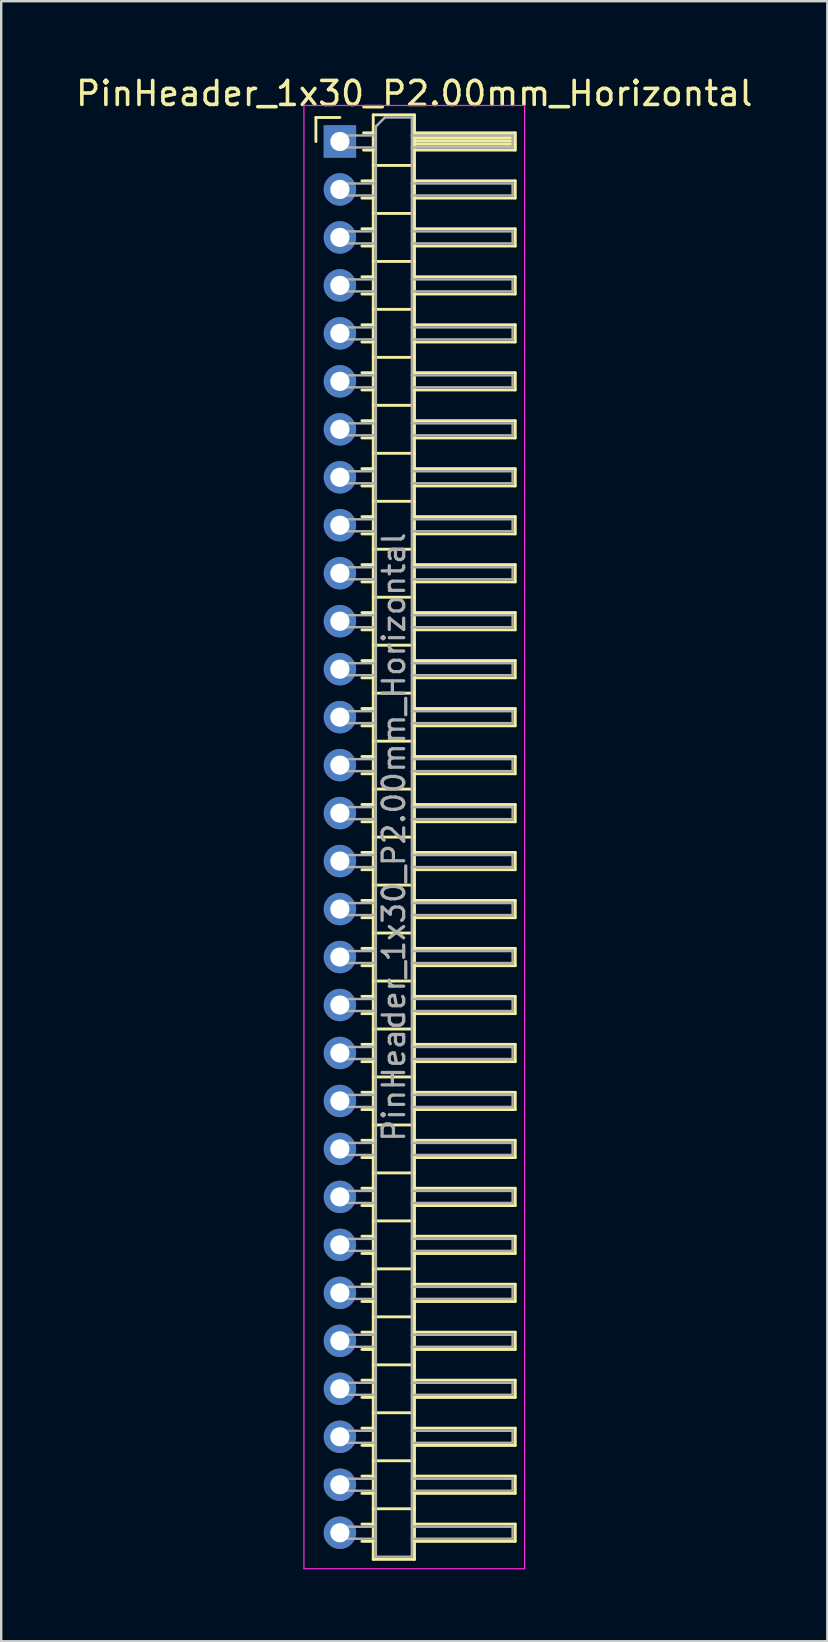
<source format=kicad_pcb>
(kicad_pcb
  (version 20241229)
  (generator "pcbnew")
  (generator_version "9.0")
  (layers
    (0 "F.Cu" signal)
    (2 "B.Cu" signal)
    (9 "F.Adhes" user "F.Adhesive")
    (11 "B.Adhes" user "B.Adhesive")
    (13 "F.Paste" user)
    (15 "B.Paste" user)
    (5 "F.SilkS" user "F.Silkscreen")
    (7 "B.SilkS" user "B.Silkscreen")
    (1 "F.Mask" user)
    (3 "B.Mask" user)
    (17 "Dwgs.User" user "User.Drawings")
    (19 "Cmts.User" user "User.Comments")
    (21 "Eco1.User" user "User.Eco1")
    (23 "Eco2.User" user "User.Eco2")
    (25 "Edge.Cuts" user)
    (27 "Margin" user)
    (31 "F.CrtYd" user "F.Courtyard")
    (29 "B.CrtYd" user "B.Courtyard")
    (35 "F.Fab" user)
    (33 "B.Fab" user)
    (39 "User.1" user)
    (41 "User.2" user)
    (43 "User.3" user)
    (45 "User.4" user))
  (footprint "PinHeader_1x30_P2.00mm_Horizontal"
    (layer "F.Cu")
    (at 11.12 2.848)
    (property "Reference" "PinHeader_1x30_P2.00mm_Horizontal" (at 3.1 -2 0) (layer "F.SilkS") (effects (font (size 1 1) (thickness 0.15))))
    (attr through_hole)
    (fp_line (start -1 -1) (end 0 -1) (stroke (width 0.12) (type solid)) (layer "F.SilkS"))
    (fp_line (start -1 0) (end -1 -1) (stroke (width 0.12) (type solid)) (layer "F.SilkS"))
    (fp_line (start 0.917 1.64) (end 1.39 1.64) (stroke (width 0.12) (type solid)) (layer "F.SilkS"))
    (fp_line (start 0.917 2.36) (end 1.39 2.36) (stroke (width 0.12) (type solid)) (layer "F.SilkS"))
    (fp_line (start 0.917 3.64) (end 1.39 3.64) (stroke (width 0.12) (type solid)) (layer "F.SilkS"))
    (fp_line (start 0.917 4.36) (end 1.39 4.36) (stroke (width 0.12) (type solid)) (layer "F.SilkS"))
    (fp_line (start 0.917 5.64) (end 1.39 5.64) (stroke (width 0.12) (type solid)) (layer "F.SilkS"))
    (fp_line (start 0.917 6.36) (end 1.39 6.36) (stroke (width 0.12) (type solid)) (layer "F.SilkS"))
    (fp_line (start 0.917 7.64) (end 1.39 7.64) (stroke (width 0.12) (type solid)) (layer "F.SilkS"))
    (fp_line (start 0.917 8.36) (end 1.39 8.36) (stroke (width 0.12) (type solid)) (layer "F.SilkS"))
    (fp_line (start 0.917 9.64) (end 1.39 9.64) (stroke (width 0.12) (type solid)) (layer "F.SilkS"))
    (fp_line (start 0.917 10.36) (end 1.39 10.36) (stroke (width 0.12) (type solid)) (layer "F.SilkS"))
    (fp_line (start 0.917 11.64) (end 1.39 11.64) (stroke (width 0.12) (type solid)) (layer "F.SilkS"))
    (fp_line (start 0.917 12.36) (end 1.39 12.36) (stroke (width 0.12) (type solid)) (layer "F.SilkS"))
    (fp_line (start 0.917 13.64) (end 1.39 13.64) (stroke (width 0.12) (type solid)) (layer "F.SilkS"))
    (fp_line (start 0.917 14.36) (end 1.39 14.36) (stroke (width 0.12) (type solid)) (layer "F.SilkS"))
    (fp_line (start 0.917 15.64) (end 1.39 15.64) (stroke (width 0.12) (type solid)) (layer "F.SilkS"))
    (fp_line (start 0.917 16.36) (end 1.39 16.36) (stroke (width 0.12) (type solid)) (layer "F.SilkS"))
    (fp_line (start 0.917 17.64) (end 1.39 17.64) (stroke (width 0.12) (type solid)) (layer "F.SilkS"))
    (fp_line (start 0.917 18.36) (end 1.39 18.36) (stroke (width 0.12) (type solid)) (layer "F.SilkS"))
    (fp_line (start 0.917 19.64) (end 1.39 19.64) (stroke (width 0.12) (type solid)) (layer "F.SilkS"))
    (fp_line (start 0.917 20.36) (end 1.39 20.36) (stroke (width 0.12) (type solid)) (layer "F.SilkS"))
    (fp_line (start 0.917 21.64) (end 1.39 21.64) (stroke (width 0.12) (type solid)) (layer "F.SilkS"))
    (fp_line (start 0.917 22.36) (end 1.39 22.36) (stroke (width 0.12) (type solid)) (layer "F.SilkS"))
    (fp_line (start 0.917 23.64) (end 1.39 23.64) (stroke (width 0.12) (type solid)) (layer "F.SilkS"))
    (fp_line (start 0.917 24.36) (end 1.39 24.36) (stroke (width 0.12) (type solid)) (layer "F.SilkS"))
    (fp_line (start 0.917 25.64) (end 1.39 25.64) (stroke (width 0.12) (type solid)) (layer "F.SilkS"))
    (fp_line (start 0.917 26.36) (end 1.39 26.36) (stroke (width 0.12) (type solid)) (layer "F.SilkS"))
    (fp_line (start 0.917 27.64) (end 1.39 27.64) (stroke (width 0.12) (type solid)) (layer "F.SilkS"))
    (fp_line (start 0.917 28.36) (end 1.39 28.36) (stroke (width 0.12) (type solid)) (layer "F.SilkS"))
    (fp_line (start 0.917 29.64) (end 1.39 29.64) (stroke (width 0.12) (type solid)) (layer "F.SilkS"))
    (fp_line (start 0.917 30.36) (end 1.39 30.36) (stroke (width 0.12) (type solid)) (layer "F.SilkS"))
    (fp_line (start 0.917 31.64) (end 1.39 31.64) (stroke (width 0.12) (type solid)) (layer "F.SilkS"))
    (fp_line (start 0.917 32.36) (end 1.39 32.36) (stroke (width 0.12) (type solid)) (layer "F.SilkS"))
    (fp_line (start 0.917 33.64) (end 1.39 33.64) (stroke (width 0.12) (type solid)) (layer "F.SilkS"))
    (fp_line (start 0.917 34.36) (end 1.39 34.36) (stroke (width 0.12) (type solid)) (layer "F.SilkS"))
    (fp_line (start 0.917 35.64) (end 1.39 35.64) (stroke (width 0.12) (type solid)) (layer "F.SilkS"))
    (fp_line (start 0.917 36.36) (end 1.39 36.36) (stroke (width 0.12) (type solid)) (layer "F.SilkS"))
    (fp_line (start 0.917 37.64) (end 1.39 37.64) (stroke (width 0.12) (type solid)) (layer "F.SilkS"))
    (fp_line (start 0.917 38.36) (end 1.39 38.36) (stroke (width 0.12) (type solid)) (layer "F.SilkS"))
    (fp_line (start 0.917 39.64) (end 1.39 39.64) (stroke (width 0.12) (type solid)) (layer "F.SilkS"))
    (fp_line (start 0.917 40.36) (end 1.39 40.36) (stroke (width 0.12) (type solid)) (layer "F.SilkS"))
    (fp_line (start 0.917 41.64) (end 1.39 41.64) (stroke (width 0.12) (type solid)) (layer "F.SilkS"))
    (fp_line (start 0.917 42.36) (end 1.39 42.36) (stroke (width 0.12) (type solid)) (layer "F.SilkS"))
    (fp_line (start 0.917 43.64) (end 1.39 43.64) (stroke (width 0.12) (type solid)) (layer "F.SilkS"))
    (fp_line (start 0.917 44.36) (end 1.39 44.36) (stroke (width 0.12) (type solid)) (layer "F.SilkS"))
    (fp_line (start 0.917 45.64) (end 1.39 45.64) (stroke (width 0.12) (type solid)) (layer "F.SilkS"))
    (fp_line (start 0.917 46.36) (end 1.39 46.36) (stroke (width 0.12) (type solid)) (layer "F.SilkS"))
    (fp_line (start 0.917 47.64) (end 1.39 47.64) (stroke (width 0.12) (type solid)) (layer "F.SilkS"))
    (fp_line (start 0.917 48.36) (end 1.39 48.36) (stroke (width 0.12) (type solid)) (layer "F.SilkS"))
    (fp_line (start 0.917 49.64) (end 1.39 49.64) (stroke (width 0.12) (type solid)) (layer "F.SilkS"))
    (fp_line (start 0.917 50.36) (end 1.39 50.36) (stroke (width 0.12) (type solid)) (layer "F.SilkS"))
    (fp_line (start 0.917 51.64) (end 1.39 51.64) (stroke (width 0.12) (type solid)) (layer "F.SilkS"))
    (fp_line (start 0.917 52.36) (end 1.39 52.36) (stroke (width 0.12) (type solid)) (layer "F.SilkS"))
    (fp_line (start 0.917 53.64) (end 1.39 53.64) (stroke (width 0.12) (type solid)) (layer "F.SilkS"))
    (fp_line (start 0.917 54.36) (end 1.39 54.36) (stroke (width 0.12) (type solid)) (layer "F.SilkS"))
    (fp_line (start 0.917 55.64) (end 1.39 55.64) (stroke (width 0.12) (type solid)) (layer "F.SilkS"))
    (fp_line (start 0.917 56.36) (end 1.39 56.36) (stroke (width 0.12) (type solid)) (layer "F.SilkS"))
    (fp_line (start 0.917 57.64) (end 1.39 57.64) (stroke (width 0.12) (type solid)) (layer "F.SilkS"))
    (fp_line (start 0.917 58.36) (end 1.39 58.36) (stroke (width 0.12) (type solid)) (layer "F.SilkS"))
    (fp_line (start 0.985 -0.36) (end 1.39 -0.36) (stroke (width 0.12) (type solid)) (layer "F.SilkS"))
    (fp_line (start 0.985 0.36) (end 1.39 0.36) (stroke (width 0.12) (type solid)) (layer "F.SilkS"))
    (fp_line (start 1.39 -1.11) (end 1.39 59.11) (stroke (width 0.12) (type solid)) (layer "F.SilkS"))
    (fp_line (start 1.39 1) (end 3.11 1) (stroke (width 0.12) (type solid)) (layer "F.SilkS"))
    (fp_line (start 1.39 3) (end 3.11 3) (stroke (width 0.12) (type solid)) (layer "F.SilkS"))
    (fp_line (start 1.39 5) (end 3.11 5) (stroke (width 0.12) (type solid)) (layer "F.SilkS"))
    (fp_line (start 1.39 7) (end 3.11 7) (stroke (width 0.12) (type solid)) (layer "F.SilkS"))
    (fp_line (start 1.39 9) (end 3.11 9) (stroke (width 0.12) (type solid)) (layer "F.SilkS"))
    (fp_line (start 1.39 11) (end 3.11 11) (stroke (width 0.12) (type solid)) (layer "F.SilkS"))
    (fp_line (start 1.39 13) (end 3.11 13) (stroke (width 0.12) (type solid)) (layer "F.SilkS"))
    (fp_line (start 1.39 15) (end 3.11 15) (stroke (width 0.12) (type solid)) (layer "F.SilkS"))
    (fp_line (start 1.39 17) (end 3.11 17) (stroke (width 0.12) (type solid)) (layer "F.SilkS"))
    (fp_line (start 1.39 19) (end 3.11 19) (stroke (width 0.12) (type solid)) (layer "F.SilkS"))
    (fp_line (start 1.39 21) (end 3.11 21) (stroke (width 0.12) (type solid)) (layer "F.SilkS"))
    (fp_line (start 1.39 23) (end 3.11 23) (stroke (width 0.12) (type solid)) (layer "F.SilkS"))
    (fp_line (start 1.39 25) (end 3.11 25) (stroke (width 0.12) (type solid)) (layer "F.SilkS"))
    (fp_line (start 1.39 27) (end 3.11 27) (stroke (width 0.12) (type solid)) (layer "F.SilkS"))
    (fp_line (start 1.39 29) (end 3.11 29) (stroke (width 0.12) (type solid)) (layer "F.SilkS"))
    (fp_line (start 1.39 31) (end 3.11 31) (stroke (width 0.12) (type solid)) (layer "F.SilkS"))
    (fp_line (start 1.39 33) (end 3.11 33) (stroke (width 0.12) (type solid)) (layer "F.SilkS"))
    (fp_line (start 1.39 35) (end 3.11 35) (stroke (width 0.12) (type solid)) (layer "F.SilkS"))
    (fp_line (start 1.39 37) (end 3.11 37) (stroke (width 0.12) (type solid)) (layer "F.SilkS"))
    (fp_line (start 1.39 39) (end 3.11 39) (stroke (width 0.12) (type solid)) (layer "F.SilkS"))
    (fp_line (start 1.39 41) (end 3.11 41) (stroke (width 0.12) (type solid)) (layer "F.SilkS"))
    (fp_line (start 1.39 43) (end 3.11 43) (stroke (width 0.12) (type solid)) (layer "F.SilkS"))
    (fp_line (start 1.39 45) (end 3.11 45) (stroke (width 0.12) (type solid)) (layer "F.SilkS"))
    (fp_line (start 1.39 47) (end 3.11 47) (stroke (width 0.12) (type solid)) (layer "F.SilkS"))
    (fp_line (start 1.39 49) (end 3.11 49) (stroke (width 0.12) (type solid)) (layer "F.SilkS"))
    (fp_line (start 1.39 51) (end 3.11 51) (stroke (width 0.12) (type solid)) (layer "F.SilkS"))
    (fp_line (start 1.39 53) (end 3.11 53) (stroke (width 0.12) (type solid)) (layer "F.SilkS"))
    (fp_line (start 1.39 55) (end 3.11 55) (stroke (width 0.12) (type solid)) (layer "F.SilkS"))
    (fp_line (start 1.39 57) (end 3.11 57) (stroke (width 0.12) (type solid)) (layer "F.SilkS"))
    (fp_line (start 1.39 59.11) (end 3.11 59.11) (stroke (width 0.12) (type solid)) (layer "F.SilkS"))
    (fp_line (start 3.11 -1.11) (end 1.39 -1.11) (stroke (width 0.12) (type solid)) (layer "F.SilkS"))
    (fp_line (start 3.11 -0.36) (end 7.31 -0.36) (stroke (width 0.12) (type solid)) (layer "F.SilkS"))
    (fp_line (start 3.11 -0.25) (end 7.31 -0.25) (stroke (width 0.12) (type solid)) (layer "F.SilkS"))
    (fp_line (start 3.11 -0.13) (end 7.31 -0.13) (stroke (width 0.12) (type solid)) (layer "F.SilkS"))
    (fp_line (start 3.11 -0.01) (end 7.31 -0.01) (stroke (width 0.12) (type solid)) (layer "F.SilkS"))
    (fp_line (start 3.11 0.11) (end 7.31 0.11) (stroke (width 0.12) (type solid)) (layer "F.SilkS"))
    (fp_line (start 3.11 0.23) (end 7.31 0.23) (stroke (width 0.12) (type solid)) (layer "F.SilkS"))
    (fp_line (start 3.11 1.64) (end 7.31 1.64) (stroke (width 0.12) (type solid)) (layer "F.SilkS"))
    (fp_line (start 3.11 3.64) (end 7.31 3.64) (stroke (width 0.12) (type solid)) (layer "F.SilkS"))
    (fp_line (start 3.11 5.64) (end 7.31 5.64) (stroke (width 0.12) (type solid)) (layer "F.SilkS"))
    (fp_line (start 3.11 7.64) (end 7.31 7.64) (stroke (width 0.12) (type solid)) (layer "F.SilkS"))
    (fp_line (start 3.11 9.64) (end 7.31 9.64) (stroke (width 0.12) (type solid)) (layer "F.SilkS"))
    (fp_line (start 3.11 11.64) (end 7.31 11.64) (stroke (width 0.12) (type solid)) (layer "F.SilkS"))
    (fp_line (start 3.11 13.64) (end 7.31 13.64) (stroke (width 0.12) (type solid)) (layer "F.SilkS"))
    (fp_line (start 3.11 15.64) (end 7.31 15.64) (stroke (width 0.12) (type solid)) (layer "F.SilkS"))
    (fp_line (start 3.11 17.64) (end 7.31 17.64) (stroke (width 0.12) (type solid)) (layer "F.SilkS"))
    (fp_line (start 3.11 19.64) (end 7.31 19.64) (stroke (width 0.12) (type solid)) (layer "F.SilkS"))
    (fp_line (start 3.11 21.64) (end 7.31 21.64) (stroke (width 0.12) (type solid)) (layer "F.SilkS"))
    (fp_line (start 3.11 23.64) (end 7.31 23.64) (stroke (width 0.12) (type solid)) (layer "F.SilkS"))
    (fp_line (start 3.11 25.64) (end 7.31 25.64) (stroke (width 0.12) (type solid)) (layer "F.SilkS"))
    (fp_line (start 3.11 27.64) (end 7.31 27.64) (stroke (width 0.12) (type solid)) (layer "F.SilkS"))
    (fp_line (start 3.11 29.64) (end 7.31 29.64) (stroke (width 0.12) (type solid)) (layer "F.SilkS"))
    (fp_line (start 3.11 31.64) (end 7.31 31.64) (stroke (width 0.12) (type solid)) (layer "F.SilkS"))
    (fp_line (start 3.11 33.64) (end 7.31 33.64) (stroke (width 0.12) (type solid)) (layer "F.SilkS"))
    (fp_line (start 3.11 35.64) (end 7.31 35.64) (stroke (width 0.12) (type solid)) (layer "F.SilkS"))
    (fp_line (start 3.11 37.64) (end 7.31 37.64) (stroke (width 0.12) (type solid)) (layer "F.SilkS"))
    (fp_line (start 3.11 39.64) (end 7.31 39.64) (stroke (width 0.12) (type solid)) (layer "F.SilkS"))
    (fp_line (start 3.11 41.64) (end 7.31 41.64) (stroke (width 0.12) (type solid)) (layer "F.SilkS"))
    (fp_line (start 3.11 43.64) (end 7.31 43.64) (stroke (width 0.12) (type solid)) (layer "F.SilkS"))
    (fp_line (start 3.11 45.64) (end 7.31 45.64) (stroke (width 0.12) (type solid)) (layer "F.SilkS"))
    (fp_line (start 3.11 47.64) (end 7.31 47.64) (stroke (width 0.12) (type solid)) (layer "F.SilkS"))
    (fp_line (start 3.11 49.64) (end 7.31 49.64) (stroke (width 0.12) (type solid)) (layer "F.SilkS"))
    (fp_line (start 3.11 51.64) (end 7.31 51.64) (stroke (width 0.12) (type solid)) (layer "F.SilkS"))
    (fp_line (start 3.11 53.64) (end 7.31 53.64) (stroke (width 0.12) (type solid)) (layer "F.SilkS"))
    (fp_line (start 3.11 55.64) (end 7.31 55.64) (stroke (width 0.12) (type solid)) (layer "F.SilkS"))
    (fp_line (start 3.11 57.64) (end 7.31 57.64) (stroke (width 0.12) (type solid)) (layer "F.SilkS"))
    (fp_line (start 3.11 59.11) (end 3.11 -1.11) (stroke (width 0.12) (type solid)) (layer "F.SilkS"))
    (fp_line (start 7.31 -0.36) (end 7.31 0.36) (stroke (width 0.12) (type solid)) (layer "F.SilkS"))
    (fp_line (start 7.31 0.36) (end 3.11 0.36) (stroke (width 0.12) (type solid)) (layer "F.SilkS"))
    (fp_line (start 7.31 1.64) (end 7.31 2.36) (stroke (width 0.12) (type solid)) (layer "F.SilkS"))
    (fp_line (start 7.31 2.36) (end 3.11 2.36) (stroke (width 0.12) (type solid)) (layer "F.SilkS"))
    (fp_line (start 7.31 3.64) (end 7.31 4.36) (stroke (width 0.12) (type solid)) (layer "F.SilkS"))
    (fp_line (start 7.31 4.36) (end 3.11 4.36) (stroke (width 0.12) (type solid)) (layer "F.SilkS"))
    (fp_line (start 7.31 5.64) (end 7.31 6.36) (stroke (width 0.12) (type solid)) (layer "F.SilkS"))
    (fp_line (start 7.31 6.36) (end 3.11 6.36) (stroke (width 0.12) (type solid)) (layer "F.SilkS"))
    (fp_line (start 7.31 7.64) (end 7.31 8.36) (stroke (width 0.12) (type solid)) (layer "F.SilkS"))
    (fp_line (start 7.31 8.36) (end 3.11 8.36) (stroke (width 0.12) (type solid)) (layer "F.SilkS"))
    (fp_line (start 7.31 9.64) (end 7.31 10.36) (stroke (width 0.12) (type solid)) (layer "F.SilkS"))
    (fp_line (start 7.31 10.36) (end 3.11 10.36) (stroke (width 0.12) (type solid)) (layer "F.SilkS"))
    (fp_line (start 7.31 11.64) (end 7.31 12.36) (stroke (width 0.12) (type solid)) (layer "F.SilkS"))
    (fp_line (start 7.31 12.36) (end 3.11 12.36) (stroke (width 0.12) (type solid)) (layer "F.SilkS"))
    (fp_line (start 7.31 13.64) (end 7.31 14.36) (stroke (width 0.12) (type solid)) (layer "F.SilkS"))
    (fp_line (start 7.31 14.36) (end 3.11 14.36) (stroke (width 0.12) (type solid)) (layer "F.SilkS"))
    (fp_line (start 7.31 15.64) (end 7.31 16.36) (stroke (width 0.12) (type solid)) (layer "F.SilkS"))
    (fp_line (start 7.31 16.36) (end 3.11 16.36) (stroke (width 0.12) (type solid)) (layer "F.SilkS"))
    (fp_line (start 7.31 17.64) (end 7.31 18.36) (stroke (width 0.12) (type solid)) (layer "F.SilkS"))
    (fp_line (start 7.31 18.36) (end 3.11 18.36) (stroke (width 0.12) (type solid)) (layer "F.SilkS"))
    (fp_line (start 7.31 19.64) (end 7.31 20.36) (stroke (width 0.12) (type solid)) (layer "F.SilkS"))
    (fp_line (start 7.31 20.36) (end 3.11 20.36) (stroke (width 0.12) (type solid)) (layer "F.SilkS"))
    (fp_line (start 7.31 21.64) (end 7.31 22.36) (stroke (width 0.12) (type solid)) (layer "F.SilkS"))
    (fp_line (start 7.31 22.36) (end 3.11 22.36) (stroke (width 0.12) (type solid)) (layer "F.SilkS"))
    (fp_line (start 7.31 23.64) (end 7.31 24.36) (stroke (width 0.12) (type solid)) (layer "F.SilkS"))
    (fp_line (start 7.31 24.36) (end 3.11 24.36) (stroke (width 0.12) (type solid)) (layer "F.SilkS"))
    (fp_line (start 7.31 25.64) (end 7.31 26.36) (stroke (width 0.12) (type solid)) (layer "F.SilkS"))
    (fp_line (start 7.31 26.36) (end 3.11 26.36) (stroke (width 0.12) (type solid)) (layer "F.SilkS"))
    (fp_line (start 7.31 27.64) (end 7.31 28.36) (stroke (width 0.12) (type solid)) (layer "F.SilkS"))
    (fp_line (start 7.31 28.36) (end 3.11 28.36) (stroke (width 0.12) (type solid)) (layer "F.SilkS"))
    (fp_line (start 7.31 29.64) (end 7.31 30.36) (stroke (width 0.12) (type solid)) (layer "F.SilkS"))
    (fp_line (start 7.31 30.36) (end 3.11 30.36) (stroke (width 0.12) (type solid)) (layer "F.SilkS"))
    (fp_line (start 7.31 31.64) (end 7.31 32.36) (stroke (width 0.12) (type solid)) (layer "F.SilkS"))
    (fp_line (start 7.31 32.36) (end 3.11 32.36) (stroke (width 0.12) (type solid)) (layer "F.SilkS"))
    (fp_line (start 7.31 33.64) (end 7.31 34.36) (stroke (width 0.12) (type solid)) (layer "F.SilkS"))
    (fp_line (start 7.31 34.36) (end 3.11 34.36) (stroke (width 0.12) (type solid)) (layer "F.SilkS"))
    (fp_line (start 7.31 35.64) (end 7.31 36.36) (stroke (width 0.12) (type solid)) (layer "F.SilkS"))
    (fp_line (start 7.31 36.36) (end 3.11 36.36) (stroke (width 0.12) (type solid)) (layer "F.SilkS"))
    (fp_line (start 7.31 37.64) (end 7.31 38.36) (stroke (width 0.12) (type solid)) (layer "F.SilkS"))
    (fp_line (start 7.31 38.36) (end 3.11 38.36) (stroke (width 0.12) (type solid)) (layer "F.SilkS"))
    (fp_line (start 7.31 39.64) (end 7.31 40.36) (stroke (width 0.12) (type solid)) (layer "F.SilkS"))
    (fp_line (start 7.31 40.36) (end 3.11 40.36) (stroke (width 0.12) (type solid)) (layer "F.SilkS"))
    (fp_line (start 7.31 41.64) (end 7.31 42.36) (stroke (width 0.12) (type solid)) (layer "F.SilkS"))
    (fp_line (start 7.31 42.36) (end 3.11 42.36) (stroke (width 0.12) (type solid)) (layer "F.SilkS"))
    (fp_line (start 7.31 43.64) (end 7.31 44.36) (stroke (width 0.12) (type solid)) (layer "F.SilkS"))
    (fp_line (start 7.31 44.36) (end 3.11 44.36) (stroke (width 0.12) (type solid)) (layer "F.SilkS"))
    (fp_line (start 7.31 45.64) (end 7.31 46.36) (stroke (width 0.12) (type solid)) (layer "F.SilkS"))
    (fp_line (start 7.31 46.36) (end 3.11 46.36) (stroke (width 0.12) (type solid)) (layer "F.SilkS"))
    (fp_line (start 7.31 47.64) (end 7.31 48.36) (stroke (width 0.12) (type solid)) (layer "F.SilkS"))
    (fp_line (start 7.31 48.36) (end 3.11 48.36) (stroke (width 0.12) (type solid)) (layer "F.SilkS"))
    (fp_line (start 7.31 49.64) (end 7.31 50.36) (stroke (width 0.12) (type solid)) (layer "F.SilkS"))
    (fp_line (start 7.31 50.36) (end 3.11 50.36) (stroke (width 0.12) (type solid)) (layer "F.SilkS"))
    (fp_line (start 7.31 51.64) (end 7.31 52.36) (stroke (width 0.12) (type solid)) (layer "F.SilkS"))
    (fp_line (start 7.31 52.36) (end 3.11 52.36) (stroke (width 0.12) (type solid)) (layer "F.SilkS"))
    (fp_line (start 7.31 53.64) (end 7.31 54.36) (stroke (width 0.12) (type solid)) (layer "F.SilkS"))
    (fp_line (start 7.31 54.36) (end 3.11 54.36) (stroke (width 0.12) (type solid)) (layer "F.SilkS"))
    (fp_line (start 7.31 55.64) (end 7.31 56.36) (stroke (width 0.12) (type solid)) (layer "F.SilkS"))
    (fp_line (start 7.31 56.36) (end 3.11 56.36) (stroke (width 0.12) (type solid)) (layer "F.SilkS"))
    (fp_line (start 7.31 57.64) (end 7.31 58.36) (stroke (width 0.12) (type solid)) (layer "F.SilkS"))
    (fp_line (start 7.31 58.36) (end 3.11 58.36) (stroke (width 0.12) (type solid)) (layer "F.SilkS"))
    (fp_line (start -1.5 -1.5) (end -1.5 59.5) (stroke (width 0.05) (type solid)) (layer "F.CrtYd"))
    (fp_line (start -1.5 59.5) (end 7.7 59.5) (stroke (width 0.05) (type solid)) (layer "F.CrtYd"))
    (fp_line (start 7.7 -1.5) (end -1.5 -1.5) (stroke (width 0.05) (type solid)) (layer "F.CrtYd"))
    (fp_line (start 7.7 59.5) (end 7.7 -1.5) (stroke (width 0.05) (type solid)) (layer "F.CrtYd"))
    (fp_line (start -0.25 -0.25) (end -0.25 0.25) (stroke (width 0.1) (type solid)) (layer "F.Fab"))
    (fp_line (start -0.25 -0.25) (end 1.5 -0.25) (stroke (width 0.1) (type solid)) (layer "F.Fab"))
    (fp_line (start -0.25 0.25) (end 1.5 0.25) (stroke (width 0.1) (type solid)) (layer "F.Fab"))
    (fp_line (start -0.25 1.75) (end -0.25 2.25) (stroke (width 0.1) (type solid)) (layer "F.Fab"))
    (fp_line (start -0.25 1.75) (end 1.5 1.75) (stroke (width 0.1) (type solid)) (layer "F.Fab"))
    (fp_line (start -0.25 2.25) (end 1.5 2.25) (stroke (width 0.1) (type solid)) (layer "F.Fab"))
    (fp_line (start -0.25 3.75) (end -0.25 4.25) (stroke (width 0.1) (type solid)) (layer "F.Fab"))
    (fp_line (start -0.25 3.75) (end 1.5 3.75) (stroke (width 0.1) (type solid)) (layer "F.Fab"))
    (fp_line (start -0.25 4.25) (end 1.5 4.25) (stroke (width 0.1) (type solid)) (layer "F.Fab"))
    (fp_line (start -0.25 5.75) (end -0.25 6.25) (stroke (width 0.1) (type solid)) (layer "F.Fab"))
    (fp_line (start -0.25 5.75) (end 1.5 5.75) (stroke (width 0.1) (type solid)) (layer "F.Fab"))
    (fp_line (start -0.25 6.25) (end 1.5 6.25) (stroke (width 0.1) (type solid)) (layer "F.Fab"))
    (fp_line (start -0.25 7.75) (end -0.25 8.25) (stroke (width 0.1) (type solid)) (layer "F.Fab"))
    (fp_line (start -0.25 7.75) (end 1.5 7.75) (stroke (width 0.1) (type solid)) (layer "F.Fab"))
    (fp_line (start -0.25 8.25) (end 1.5 8.25) (stroke (width 0.1) (type solid)) (layer "F.Fab"))
    (fp_line (start -0.25 9.75) (end -0.25 10.25) (stroke (width 0.1) (type solid)) (layer "F.Fab"))
    (fp_line (start -0.25 9.75) (end 1.5 9.75) (stroke (width 0.1) (type solid)) (layer "F.Fab"))
    (fp_line (start -0.25 10.25) (end 1.5 10.25) (stroke (width 0.1) (type solid)) (layer "F.Fab"))
    (fp_line (start -0.25 11.75) (end -0.25 12.25) (stroke (width 0.1) (type solid)) (layer "F.Fab"))
    (fp_line (start -0.25 11.75) (end 1.5 11.75) (stroke (width 0.1) (type solid)) (layer "F.Fab"))
    (fp_line (start -0.25 12.25) (end 1.5 12.25) (stroke (width 0.1) (type solid)) (layer "F.Fab"))
    (fp_line (start -0.25 13.75) (end -0.25 14.25) (stroke (width 0.1) (type solid)) (layer "F.Fab"))
    (fp_line (start -0.25 13.75) (end 1.5 13.75) (stroke (width 0.1) (type solid)) (layer "F.Fab"))
    (fp_line (start -0.25 14.25) (end 1.5 14.25) (stroke (width 0.1) (type solid)) (layer "F.Fab"))
    (fp_line (start -0.25 15.75) (end -0.25 16.25) (stroke (width 0.1) (type solid)) (layer "F.Fab"))
    (fp_line (start -0.25 15.75) (end 1.5 15.75) (stroke (width 0.1) (type solid)) (layer "F.Fab"))
    (fp_line (start -0.25 16.25) (end 1.5 16.25) (stroke (width 0.1) (type solid)) (layer "F.Fab"))
    (fp_line (start -0.25 17.75) (end -0.25 18.25) (stroke (width 0.1) (type solid)) (layer "F.Fab"))
    (fp_line (start -0.25 17.75) (end 1.5 17.75) (stroke (width 0.1) (type solid)) (layer "F.Fab"))
    (fp_line (start -0.25 18.25) (end 1.5 18.25) (stroke (width 0.1) (type solid)) (layer "F.Fab"))
    (fp_line (start -0.25 19.75) (end -0.25 20.25) (stroke (width 0.1) (type solid)) (layer "F.Fab"))
    (fp_line (start -0.25 19.75) (end 1.5 19.75) (stroke (width 0.1) (type solid)) (layer "F.Fab"))
    (fp_line (start -0.25 20.25) (end 1.5 20.25) (stroke (width 0.1) (type solid)) (layer "F.Fab"))
    (fp_line (start -0.25 21.75) (end -0.25 22.25) (stroke (width 0.1) (type solid)) (layer "F.Fab"))
    (fp_line (start -0.25 21.75) (end 1.5 21.75) (stroke (width 0.1) (type solid)) (layer "F.Fab"))
    (fp_line (start -0.25 22.25) (end 1.5 22.25) (stroke (width 0.1) (type solid)) (layer "F.Fab"))
    (fp_line (start -0.25 23.75) (end -0.25 24.25) (stroke (width 0.1) (type solid)) (layer "F.Fab"))
    (fp_line (start -0.25 23.75) (end 1.5 23.75) (stroke (width 0.1) (type solid)) (layer "F.Fab"))
    (fp_line (start -0.25 24.25) (end 1.5 24.25) (stroke (width 0.1) (type solid)) (layer "F.Fab"))
    (fp_line (start -0.25 25.75) (end -0.25 26.25) (stroke (width 0.1) (type solid)) (layer "F.Fab"))
    (fp_line (start -0.25 25.75) (end 1.5 25.75) (stroke (width 0.1) (type solid)) (layer "F.Fab"))
    (fp_line (start -0.25 26.25) (end 1.5 26.25) (stroke (width 0.1) (type solid)) (layer "F.Fab"))
    (fp_line (start -0.25 27.75) (end -0.25 28.25) (stroke (width 0.1) (type solid)) (layer "F.Fab"))
    (fp_line (start -0.25 27.75) (end 1.5 27.75) (stroke (width 0.1) (type solid)) (layer "F.Fab"))
    (fp_line (start -0.25 28.25) (end 1.5 28.25) (stroke (width 0.1) (type solid)) (layer "F.Fab"))
    (fp_line (start -0.25 29.75) (end -0.25 30.25) (stroke (width 0.1) (type solid)) (layer "F.Fab"))
    (fp_line (start -0.25 29.75) (end 1.5 29.75) (stroke (width 0.1) (type solid)) (layer "F.Fab"))
    (fp_line (start -0.25 30.25) (end 1.5 30.25) (stroke (width 0.1) (type solid)) (layer "F.Fab"))
    (fp_line (start -0.25 31.75) (end -0.25 32.25) (stroke (width 0.1) (type solid)) (layer "F.Fab"))
    (fp_line (start -0.25 31.75) (end 1.5 31.75) (stroke (width 0.1) (type solid)) (layer "F.Fab"))
    (fp_line (start -0.25 32.25) (end 1.5 32.25) (stroke (width 0.1) (type solid)) (layer "F.Fab"))
    (fp_line (start -0.25 33.75) (end -0.25 34.25) (stroke (width 0.1) (type solid)) (layer "F.Fab"))
    (fp_line (start -0.25 33.75) (end 1.5 33.75) (stroke (width 0.1) (type solid)) (layer "F.Fab"))
    (fp_line (start -0.25 34.25) (end 1.5 34.25) (stroke (width 0.1) (type solid)) (layer "F.Fab"))
    (fp_line (start -0.25 35.75) (end -0.25 36.25) (stroke (width 0.1) (type solid)) (layer "F.Fab"))
    (fp_line (start -0.25 35.75) (end 1.5 35.75) (stroke (width 0.1) (type solid)) (layer "F.Fab"))
    (fp_line (start -0.25 36.25) (end 1.5 36.25) (stroke (width 0.1) (type solid)) (layer "F.Fab"))
    (fp_line (start -0.25 37.75) (end -0.25 38.25) (stroke (width 0.1) (type solid)) (layer "F.Fab"))
    (fp_line (start -0.25 37.75) (end 1.5 37.75) (stroke (width 0.1) (type solid)) (layer "F.Fab"))
    (fp_line (start -0.25 38.25) (end 1.5 38.25) (stroke (width 0.1) (type solid)) (layer "F.Fab"))
    (fp_line (start -0.25 39.75) (end -0.25 40.25) (stroke (width 0.1) (type solid)) (layer "F.Fab"))
    (fp_line (start -0.25 39.75) (end 1.5 39.75) (stroke (width 0.1) (type solid)) (layer "F.Fab"))
    (fp_line (start -0.25 40.25) (end 1.5 40.25) (stroke (width 0.1) (type solid)) (layer "F.Fab"))
    (fp_line (start -0.25 41.75) (end -0.25 42.25) (stroke (width 0.1) (type solid)) (layer "F.Fab"))
    (fp_line (start -0.25 41.75) (end 1.5 41.75) (stroke (width 0.1) (type solid)) (layer "F.Fab"))
    (fp_line (start -0.25 42.25) (end 1.5 42.25) (stroke (width 0.1) (type solid)) (layer "F.Fab"))
    (fp_line (start -0.25 43.75) (end -0.25 44.25) (stroke (width 0.1) (type solid)) (layer "F.Fab"))
    (fp_line (start -0.25 43.75) (end 1.5 43.75) (stroke (width 0.1) (type solid)) (layer "F.Fab"))
    (fp_line (start -0.25 44.25) (end 1.5 44.25) (stroke (width 0.1) (type solid)) (layer "F.Fab"))
    (fp_line (start -0.25 45.75) (end -0.25 46.25) (stroke (width 0.1) (type solid)) (layer "F.Fab"))
    (fp_line (start -0.25 45.75) (end 1.5 45.75) (stroke (width 0.1) (type solid)) (layer "F.Fab"))
    (fp_line (start -0.25 46.25) (end 1.5 46.25) (stroke (width 0.1) (type solid)) (layer "F.Fab"))
    (fp_line (start -0.25 47.75) (end -0.25 48.25) (stroke (width 0.1) (type solid)) (layer "F.Fab"))
    (fp_line (start -0.25 47.75) (end 1.5 47.75) (stroke (width 0.1) (type solid)) (layer "F.Fab"))
    (fp_line (start -0.25 48.25) (end 1.5 48.25) (stroke (width 0.1) (type solid)) (layer "F.Fab"))
    (fp_line (start -0.25 49.75) (end -0.25 50.25) (stroke (width 0.1) (type solid)) (layer "F.Fab"))
    (fp_line (start -0.25 49.75) (end 1.5 49.75) (stroke (width 0.1) (type solid)) (layer "F.Fab"))
    (fp_line (start -0.25 50.25) (end 1.5 50.25) (stroke (width 0.1) (type solid)) (layer "F.Fab"))
    (fp_line (start -0.25 51.75) (end -0.25 52.25) (stroke (width 0.1) (type solid)) (layer "F.Fab"))
    (fp_line (start -0.25 51.75) (end 1.5 51.75) (stroke (width 0.1) (type solid)) (layer "F.Fab"))
    (fp_line (start -0.25 52.25) (end 1.5 52.25) (stroke (width 0.1) (type solid)) (layer "F.Fab"))
    (fp_line (start -0.25 53.75) (end -0.25 54.25) (stroke (width 0.1) (type solid)) (layer "F.Fab"))
    (fp_line (start -0.25 53.75) (end 1.5 53.75) (stroke (width 0.1) (type solid)) (layer "F.Fab"))
    (fp_line (start -0.25 54.25) (end 1.5 54.25) (stroke (width 0.1) (type solid)) (layer "F.Fab"))
    (fp_line (start -0.25 55.75) (end -0.25 56.25) (stroke (width 0.1) (type solid)) (layer "F.Fab"))
    (fp_line (start -0.25 55.75) (end 1.5 55.75) (stroke (width 0.1) (type solid)) (layer "F.Fab"))
    (fp_line (start -0.25 56.25) (end 1.5 56.25) (stroke (width 0.1) (type solid)) (layer "F.Fab"))
    (fp_line (start -0.25 57.75) (end -0.25 58.25) (stroke (width 0.1) (type solid)) (layer "F.Fab"))
    (fp_line (start -0.25 57.75) (end 1.5 57.75) (stroke (width 0.1) (type solid)) (layer "F.Fab"))
    (fp_line (start -0.25 58.25) (end 1.5 58.25) (stroke (width 0.1) (type solid)) (layer "F.Fab"))
    (fp_line (start 1.5 -0.625) (end 1.875 -1) (stroke (width 0.1) (type solid)) (layer "F.Fab"))
    (fp_line (start 1.5 59) (end 1.5 -0.625) (stroke (width 0.1) (type solid)) (layer "F.Fab"))
    (fp_line (start 1.875 -1) (end 3 -1) (stroke (width 0.1) (type solid)) (layer "F.Fab"))
    (fp_line (start 3 -1) (end 3 59) (stroke (width 0.1) (type solid)) (layer "F.Fab"))
    (fp_line (start 3 -0.25) (end 7.2 -0.25) (stroke (width 0.1) (type solid)) (layer "F.Fab"))
    (fp_line (start 3 0.25) (end 7.2 0.25) (stroke (width 0.1) (type solid)) (layer "F.Fab"))
    (fp_line (start 3 1.75) (end 7.2 1.75) (stroke (width 0.1) (type solid)) (layer "F.Fab"))
    (fp_line (start 3 2.25) (end 7.2 2.25) (stroke (width 0.1) (type solid)) (layer "F.Fab"))
    (fp_line (start 3 3.75) (end 7.2 3.75) (stroke (width 0.1) (type solid)) (layer "F.Fab"))
    (fp_line (start 3 4.25) (end 7.2 4.25) (stroke (width 0.1) (type solid)) (layer "F.Fab"))
    (fp_line (start 3 5.75) (end 7.2 5.75) (stroke (width 0.1) (type solid)) (layer "F.Fab"))
    (fp_line (start 3 6.25) (end 7.2 6.25) (stroke (width 0.1) (type solid)) (layer "F.Fab"))
    (fp_line (start 3 7.75) (end 7.2 7.75) (stroke (width 0.1) (type solid)) (layer "F.Fab"))
    (fp_line (start 3 8.25) (end 7.2 8.25) (stroke (width 0.1) (type solid)) (layer "F.Fab"))
    (fp_line (start 3 9.75) (end 7.2 9.75) (stroke (width 0.1) (type solid)) (layer "F.Fab"))
    (fp_line (start 3 10.25) (end 7.2 10.25) (stroke (width 0.1) (type solid)) (layer "F.Fab"))
    (fp_line (start 3 11.75) (end 7.2 11.75) (stroke (width 0.1) (type solid)) (layer "F.Fab"))
    (fp_line (start 3 12.25) (end 7.2 12.25) (stroke (width 0.1) (type solid)) (layer "F.Fab"))
    (fp_line (start 3 13.75) (end 7.2 13.75) (stroke (width 0.1) (type solid)) (layer "F.Fab"))
    (fp_line (start 3 14.25) (end 7.2 14.25) (stroke (width 0.1) (type solid)) (layer "F.Fab"))
    (fp_line (start 3 15.75) (end 7.2 15.75) (stroke (width 0.1) (type solid)) (layer "F.Fab"))
    (fp_line (start 3 16.25) (end 7.2 16.25) (stroke (width 0.1) (type solid)) (layer "F.Fab"))
    (fp_line (start 3 17.75) (end 7.2 17.75) (stroke (width 0.1) (type solid)) (layer "F.Fab"))
    (fp_line (start 3 18.25) (end 7.2 18.25) (stroke (width 0.1) (type solid)) (layer "F.Fab"))
    (fp_line (start 3 19.75) (end 7.2 19.75) (stroke (width 0.1) (type solid)) (layer "F.Fab"))
    (fp_line (start 3 20.25) (end 7.2 20.25) (stroke (width 0.1) (type solid)) (layer "F.Fab"))
    (fp_line (start 3 21.75) (end 7.2 21.75) (stroke (width 0.1) (type solid)) (layer "F.Fab"))
    (fp_line (start 3 22.25) (end 7.2 22.25) (stroke (width 0.1) (type solid)) (layer "F.Fab"))
    (fp_line (start 3 23.75) (end 7.2 23.75) (stroke (width 0.1) (type solid)) (layer "F.Fab"))
    (fp_line (start 3 24.25) (end 7.2 24.25) (stroke (width 0.1) (type solid)) (layer "F.Fab"))
    (fp_line (start 3 25.75) (end 7.2 25.75) (stroke (width 0.1) (type solid)) (layer "F.Fab"))
    (fp_line (start 3 26.25) (end 7.2 26.25) (stroke (width 0.1) (type solid)) (layer "F.Fab"))
    (fp_line (start 3 27.75) (end 7.2 27.75) (stroke (width 0.1) (type solid)) (layer "F.Fab"))
    (fp_line (start 3 28.25) (end 7.2 28.25) (stroke (width 0.1) (type solid)) (layer "F.Fab"))
    (fp_line (start 3 29.75) (end 7.2 29.75) (stroke (width 0.1) (type solid)) (layer "F.Fab"))
    (fp_line (start 3 30.25) (end 7.2 30.25) (stroke (width 0.1) (type solid)) (layer "F.Fab"))
    (fp_line (start 3 31.75) (end 7.2 31.75) (stroke (width 0.1) (type solid)) (layer "F.Fab"))
    (fp_line (start 3 32.25) (end 7.2 32.25) (stroke (width 0.1) (type solid)) (layer "F.Fab"))
    (fp_line (start 3 33.75) (end 7.2 33.75) (stroke (width 0.1) (type solid)) (layer "F.Fab"))
    (fp_line (start 3 34.25) (end 7.2 34.25) (stroke (width 0.1) (type solid)) (layer "F.Fab"))
    (fp_line (start 3 35.75) (end 7.2 35.75) (stroke (width 0.1) (type solid)) (layer "F.Fab"))
    (fp_line (start 3 36.25) (end 7.2 36.25) (stroke (width 0.1) (type solid)) (layer "F.Fab"))
    (fp_line (start 3 37.75) (end 7.2 37.75) (stroke (width 0.1) (type solid)) (layer "F.Fab"))
    (fp_line (start 3 38.25) (end 7.2 38.25) (stroke (width 0.1) (type solid)) (layer "F.Fab"))
    (fp_line (start 3 39.75) (end 7.2 39.75) (stroke (width 0.1) (type solid)) (layer "F.Fab"))
    (fp_line (start 3 40.25) (end 7.2 40.25) (stroke (width 0.1) (type solid)) (layer "F.Fab"))
    (fp_line (start 3 41.75) (end 7.2 41.75) (stroke (width 0.1) (type solid)) (layer "F.Fab"))
    (fp_line (start 3 42.25) (end 7.2 42.25) (stroke (width 0.1) (type solid)) (layer "F.Fab"))
    (fp_line (start 3 43.75) (end 7.2 43.75) (stroke (width 0.1) (type solid)) (layer "F.Fab"))
    (fp_line (start 3 44.25) (end 7.2 44.25) (stroke (width 0.1) (type solid)) (layer "F.Fab"))
    (fp_line (start 3 45.75) (end 7.2 45.75) (stroke (width 0.1) (type solid)) (layer "F.Fab"))
    (fp_line (start 3 46.25) (end 7.2 46.25) (stroke (width 0.1) (type solid)) (layer "F.Fab"))
    (fp_line (start 3 47.75) (end 7.2 47.75) (stroke (width 0.1) (type solid)) (layer "F.Fab"))
    (fp_line (start 3 48.25) (end 7.2 48.25) (stroke (width 0.1) (type solid)) (layer "F.Fab"))
    (fp_line (start 3 49.75) (end 7.2 49.75) (stroke (width 0.1) (type solid)) (layer "F.Fab"))
    (fp_line (start 3 50.25) (end 7.2 50.25) (stroke (width 0.1) (type solid)) (layer "F.Fab"))
    (fp_line (start 3 51.75) (end 7.2 51.75) (stroke (width 0.1) (type solid)) (layer "F.Fab"))
    (fp_line (start 3 52.25) (end 7.2 52.25) (stroke (width 0.1) (type solid)) (layer "F.Fab"))
    (fp_line (start 3 53.75) (end 7.2 53.75) (stroke (width 0.1) (type solid)) (layer "F.Fab"))
    (fp_line (start 3 54.25) (end 7.2 54.25) (stroke (width 0.1) (type solid)) (layer "F.Fab"))
    (fp_line (start 3 55.75) (end 7.2 55.75) (stroke (width 0.1) (type solid)) (layer "F.Fab"))
    (fp_line (start 3 56.25) (end 7.2 56.25) (stroke (width 0.1) (type solid)) (layer "F.Fab"))
    (fp_line (start 3 57.75) (end 7.2 57.75) (stroke (width 0.1) (type solid)) (layer "F.Fab"))
    (fp_line (start 3 58.25) (end 7.2 58.25) (stroke (width 0.1) (type solid)) (layer "F.Fab"))
    (fp_line (start 3 59) (end 1.5 59) (stroke (width 0.1) (type solid)) (layer "F.Fab"))
    (fp_line (start 7.2 -0.25) (end 7.2 0.25) (stroke (width 0.1) (type solid)) (layer "F.Fab"))
    (fp_line (start 7.2 1.75) (end 7.2 2.25) (stroke (width 0.1) (type solid)) (layer "F.Fab"))
    (fp_line (start 7.2 3.75) (end 7.2 4.25) (stroke (width 0.1) (type solid)) (layer "F.Fab"))
    (fp_line (start 7.2 5.75) (end 7.2 6.25) (stroke (width 0.1) (type solid)) (layer "F.Fab"))
    (fp_line (start 7.2 7.75) (end 7.2 8.25) (stroke (width 0.1) (type solid)) (layer "F.Fab"))
    (fp_line (start 7.2 9.75) (end 7.2 10.25) (stroke (width 0.1) (type solid)) (layer "F.Fab"))
    (fp_line (start 7.2 11.75) (end 7.2 12.25) (stroke (width 0.1) (type solid)) (layer "F.Fab"))
    (fp_line (start 7.2 13.75) (end 7.2 14.25) (stroke (width 0.1) (type solid)) (layer "F.Fab"))
    (fp_line (start 7.2 15.75) (end 7.2 16.25) (stroke (width 0.1) (type solid)) (layer "F.Fab"))
    (fp_line (start 7.2 17.75) (end 7.2 18.25) (stroke (width 0.1) (type solid)) (layer "F.Fab"))
    (fp_line (start 7.2 19.75) (end 7.2 20.25) (stroke (width 0.1) (type solid)) (layer "F.Fab"))
    (fp_line (start 7.2 21.75) (end 7.2 22.25) (stroke (width 0.1) (type solid)) (layer "F.Fab"))
    (fp_line (start 7.2 23.75) (end 7.2 24.25) (stroke (width 0.1) (type solid)) (layer "F.Fab"))
    (fp_line (start 7.2 25.75) (end 7.2 26.25) (stroke (width 0.1) (type solid)) (layer "F.Fab"))
    (fp_line (start 7.2 27.75) (end 7.2 28.25) (stroke (width 0.1) (type solid)) (layer "F.Fab"))
    (fp_line (start 7.2 29.75) (end 7.2 30.25) (stroke (width 0.1) (type solid)) (layer "F.Fab"))
    (fp_line (start 7.2 31.75) (end 7.2 32.25) (stroke (width 0.1) (type solid)) (layer "F.Fab"))
    (fp_line (start 7.2 33.75) (end 7.2 34.25) (stroke (width 0.1) (type solid)) (layer "F.Fab"))
    (fp_line (start 7.2 35.75) (end 7.2 36.25) (stroke (width 0.1) (type solid)) (layer "F.Fab"))
    (fp_line (start 7.2 37.75) (end 7.2 38.25) (stroke (width 0.1) (type solid)) (layer "F.Fab"))
    (fp_line (start 7.2 39.75) (end 7.2 40.25) (stroke (width 0.1) (type solid)) (layer "F.Fab"))
    (fp_line (start 7.2 41.75) (end 7.2 42.25) (stroke (width 0.1) (type solid)) (layer "F.Fab"))
    (fp_line (start 7.2 43.75) (end 7.2 44.25) (stroke (width 0.1) (type solid)) (layer "F.Fab"))
    (fp_line (start 7.2 45.75) (end 7.2 46.25) (stroke (width 0.1) (type solid)) (layer "F.Fab"))
    (fp_line (start 7.2 47.75) (end 7.2 48.25) (stroke (width 0.1) (type solid)) (layer "F.Fab"))
    (fp_line (start 7.2 49.75) (end 7.2 50.25) (stroke (width 0.1) (type solid)) (layer "F.Fab"))
    (fp_line (start 7.2 51.75) (end 7.2 52.25) (stroke (width 0.1) (type solid)) (layer "F.Fab"))
    (fp_line (start 7.2 53.75) (end 7.2 54.25) (stroke (width 0.1) (type solid)) (layer "F.Fab"))
    (fp_line (start 7.2 55.75) (end 7.2 56.25) (stroke (width 0.1) (type solid)) (layer "F.Fab"))
    (fp_line (start 7.2 57.75) (end 7.2 58.25) (stroke (width 0.1) (type solid)) (layer "F.Fab"))
    (fp_text user "${REFERENCE}" (at 2.25 29 90) (layer "F.Fab") (effects (font (size 0.9 0.9) (thickness 0.135))))
    (pad "1" thru_hole rect (at 0 0) (size 1.35 1.35) (drill 0.8) (layers "*.Cu" "*.Mask"))
    (pad "2" thru_hole circle (at 0 2) (size 1.35 1.35) (drill 0.8) (layers "*.Cu" "*.Mask"))
    (pad "3" thru_hole circle (at 0 4) (size 1.35 1.35) (drill 0.8) (layers "*.Cu" "*.Mask"))
    (pad "4" thru_hole circle (at 0 6) (size 1.35 1.35) (drill 0.8) (layers "*.Cu" "*.Mask"))
    (pad "5" thru_hole circle (at 0 8) (size 1.35 1.35) (drill 0.8) (layers "*.Cu" "*.Mask"))
    (pad "6" thru_hole circle (at 0 10) (size 1.35 1.35) (drill 0.8) (layers "*.Cu" "*.Mask"))
    (pad "7" thru_hole circle (at 0 12) (size 1.35 1.35) (drill 0.8) (layers "*.Cu" "*.Mask"))
    (pad "8" thru_hole circle (at 0 14) (size 1.35 1.35) (drill 0.8) (layers "*.Cu" "*.Mask"))
    (pad "9" thru_hole circle (at 0 16) (size 1.35 1.35) (drill 0.8) (layers "*.Cu" "*.Mask"))
    (pad "10" thru_hole circle (at 0 18) (size 1.35 1.35) (drill 0.8) (layers "*.Cu" "*.Mask"))
    (pad "11" thru_hole circle (at 0 20) (size 1.35 1.35) (drill 0.8) (layers "*.Cu" "*.Mask"))
    (pad "12" thru_hole circle (at 0 22) (size 1.35 1.35) (drill 0.8) (layers "*.Cu" "*.Mask"))
    (pad "13" thru_hole circle (at 0 24) (size 1.35 1.35) (drill 0.8) (layers "*.Cu" "*.Mask"))
    (pad "14" thru_hole circle (at 0 26) (size 1.35 1.35) (drill 0.8) (layers "*.Cu" "*.Mask"))
    (pad "15" thru_hole circle (at 0 28) (size 1.35 1.35) (drill 0.8) (layers "*.Cu" "*.Mask"))
    (pad "16" thru_hole circle (at 0 30) (size 1.35 1.35) (drill 0.8) (layers "*.Cu" "*.Mask"))
    (pad "17" thru_hole circle (at 0 32) (size 1.35 1.35) (drill 0.8) (layers "*.Cu" "*.Mask"))
    (pad "18" thru_hole circle (at 0 34) (size 1.35 1.35) (drill 0.8) (layers "*.Cu" "*.Mask"))
    (pad "19" thru_hole circle (at 0 36) (size 1.35 1.35) (drill 0.8) (layers "*.Cu" "*.Mask"))
    (pad "20" thru_hole circle (at 0 38) (size 1.35 1.35) (drill 0.8) (layers "*.Cu" "*.Mask"))
    (pad "21" thru_hole circle (at 0 40) (size 1.35 1.35) (drill 0.8) (layers "*.Cu" "*.Mask"))
    (pad "22" thru_hole circle (at 0 42) (size 1.35 1.35) (drill 0.8) (layers "*.Cu" "*.Mask"))
    (pad "23" thru_hole circle (at 0 44) (size 1.35 1.35) (drill 0.8) (layers "*.Cu" "*.Mask"))
    (pad "24" thru_hole circle (at 0 46) (size 1.35 1.35) (drill 0.8) (layers "*.Cu" "*.Mask"))
    (pad "25" thru_hole circle (at 0 48) (size 1.35 1.35) (drill 0.8) (layers "*.Cu" "*.Mask"))
    (pad "26" thru_hole circle (at 0 50) (size 1.35 1.35) (drill 0.8) (layers "*.Cu" "*.Mask"))
    (pad "27" thru_hole circle (at 0 52) (size 1.35 1.35) (drill 0.8) (layers "*.Cu" "*.Mask"))
    (pad "28" thru_hole circle (at 0 54) (size 1.35 1.35) (drill 0.8) (layers "*.Cu" "*.Mask"))
    (pad "29" thru_hole circle (at 0 56) (size 1.35 1.35) (drill 0.8) (layers "*.Cu" "*.Mask"))
    (pad "30" thru_hole circle (at 0 58) (size 1.35 1.35) (drill 0.8) (layers "*.Cu" "*.Mask")))
  (gr_rect
    (start -3 -3)
    (end 31.44 65.373)
    (stroke (width 0.1) (type default))
    (fill no)
    (layer "Edge.Cuts")))
</source>
